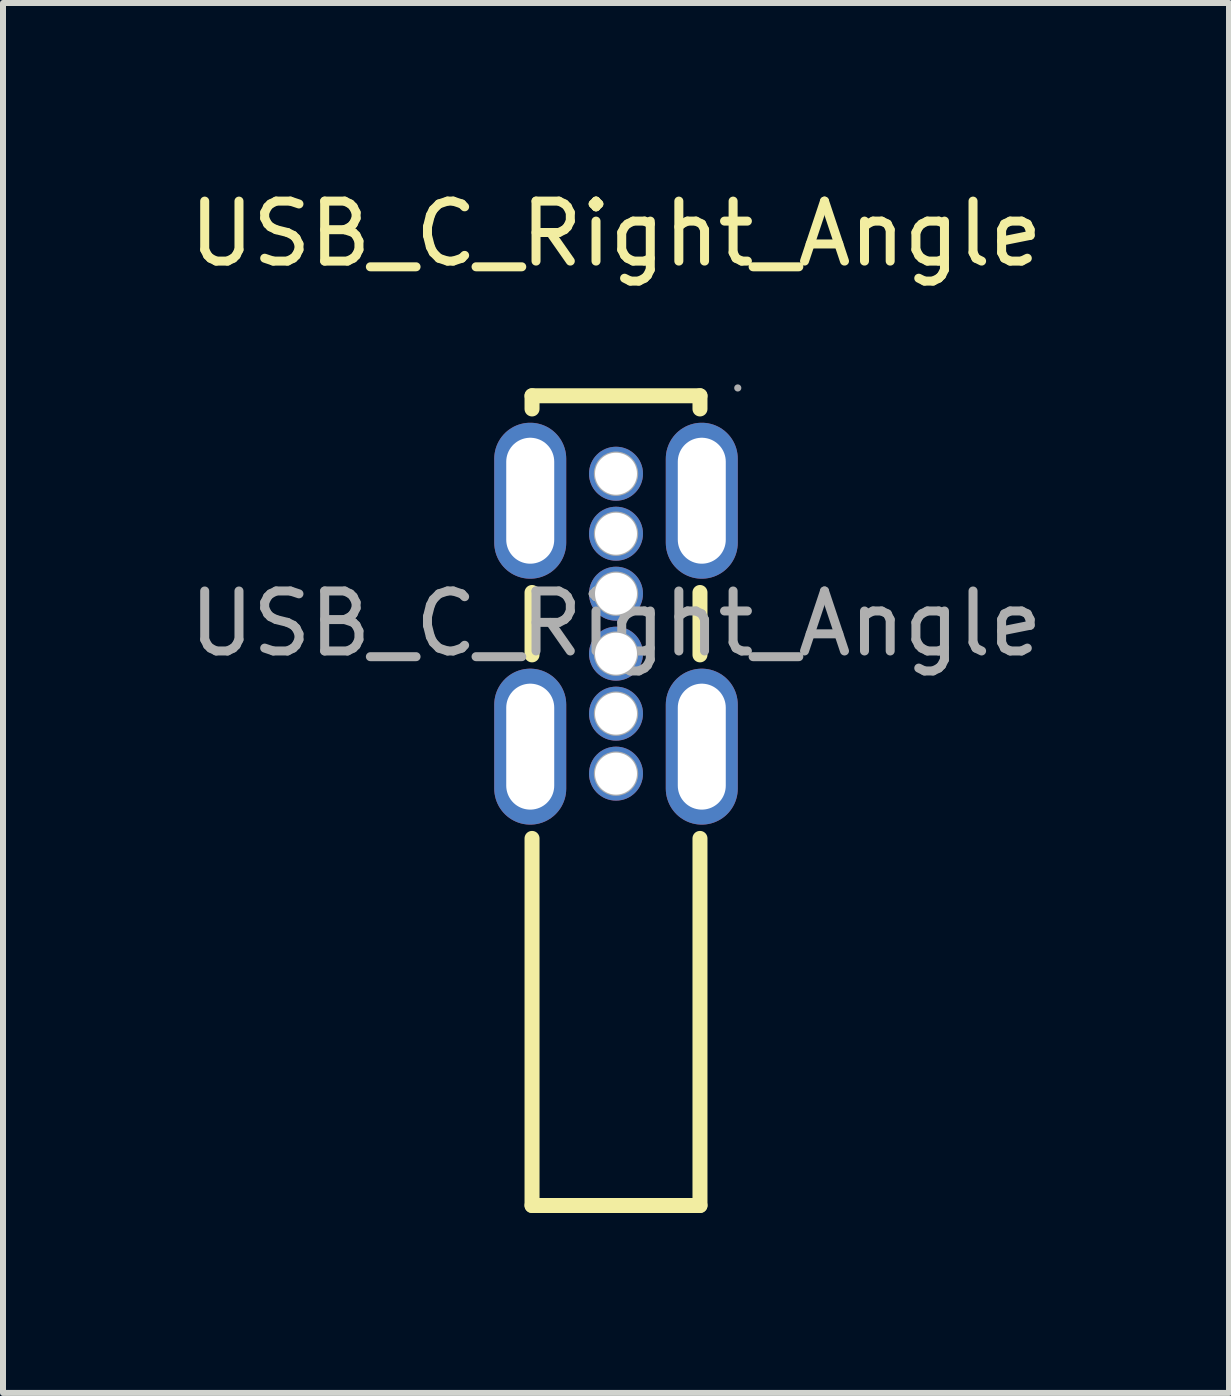
<source format=kicad_pcb>
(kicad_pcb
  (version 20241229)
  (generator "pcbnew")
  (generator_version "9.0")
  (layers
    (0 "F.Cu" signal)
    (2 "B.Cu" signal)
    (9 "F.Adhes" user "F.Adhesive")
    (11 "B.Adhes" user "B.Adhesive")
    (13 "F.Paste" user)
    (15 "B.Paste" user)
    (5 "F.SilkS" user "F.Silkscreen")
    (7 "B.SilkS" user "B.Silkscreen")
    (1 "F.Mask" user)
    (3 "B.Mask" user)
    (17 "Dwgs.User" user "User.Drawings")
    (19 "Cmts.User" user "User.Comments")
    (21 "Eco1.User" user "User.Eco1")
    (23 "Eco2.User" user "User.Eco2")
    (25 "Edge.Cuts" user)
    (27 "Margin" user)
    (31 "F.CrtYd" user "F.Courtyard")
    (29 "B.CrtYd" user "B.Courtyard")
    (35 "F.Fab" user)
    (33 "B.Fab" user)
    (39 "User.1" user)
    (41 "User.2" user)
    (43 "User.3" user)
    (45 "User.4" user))
  (footprint "USB_C_Right_Angle"
    (layer "F.Cu")
    (at 7.22 7.348)
    (property "Reference" "USB_C_Right_Angle" (at 0 -6.5 0) (layer "F.SilkS") (effects (font (size 1 1) (thickness 0.15))))
    (attr smd)
    (fp_line (start -1.4 -3.8) (end -1.4 -3.58) (stroke (width 0.25) (type solid)) (layer "F.SilkS"))
    (fp_line (start -1.4 -3.8) (end 1.4 -3.8) (stroke (width 0.25) (type solid)) (layer "F.SilkS"))
    (fp_line (start -1.4 -0.52) (end -1.4 0.52) (stroke (width 0.25) (type solid)) (layer "F.SilkS"))
    (fp_line (start -1.4 3.58) (end -1.4 9.7) (stroke (width 0.25) (type solid)) (layer "F.SilkS"))
    (fp_line (start -1.4 9.7) (end 1.4 9.7) (stroke (width 0.25) (type solid)) (layer "F.SilkS"))
    (fp_line (start 1.4 -3.8) (end 1.4 -3.58) (stroke (width 0.25) (type solid)) (layer "F.SilkS"))
    (fp_line (start 1.4 -0.52) (end 1.4 0.52) (stroke (width 0.25) (type solid)) (layer "F.SilkS"))
    (fp_line (start 1.4 3.58) (end 1.4 9.7) (stroke (width 0.25) (type solid)) (layer "F.SilkS"))
    (fp_circle (center 0 -2.5) (end 0.12 -2.5) (stroke (width 0.25) (type solid)) (fill no) (layer "F.Fab"))
    (fp_circle (center 0 -1.5) (end 0.12 -1.5) (stroke (width 0.25) (type solid)) (fill no) (layer "F.Fab"))
    (fp_circle (center 0 -0.5) (end 0.12 -0.5) (stroke (width 0.25) (type solid)) (fill no) (layer "F.Fab"))
    (fp_circle (center 0 0.5) (end 0.12 0.5) (stroke (width 0.25) (type solid)) (fill no) (layer "F.Fab"))
    (fp_circle (center 0 1.5) (end 0.12 1.5) (stroke (width 0.25) (type solid)) (fill no) (layer "F.Fab"))
    (fp_circle (center 0 2.5) (end 0.12 2.5) (stroke (width 0.25) (type solid)) (fill no) (layer "F.Fab"))
    (fp_circle (center 2.03 -3.93) (end 2.06 -3.93) (stroke (width 0.06) (type solid)) (fill no) (layer "F.Fab"))
    (fp_text user "${REFERENCE}" (at 0 0 0) (layer "F.Fab") (effects (font (size 1 1) (thickness 0.15))))
    (pad "7" thru_hole oval (at -1.43 -2.05) (size 1.2 2.6) (drill oval 0.8 2.1) (layers "*.Cu" "*.Paste" "*.Mask"))
    (pad "7" thru_hole oval (at -1.43 2.05) (size 1.2 2.6) (drill oval 0.8 2.1) (layers "*.Cu" "*.Paste" "*.Mask"))
    (pad "7" thru_hole oval (at 1.43 -2.05) (size 1.2 2.6) (drill oval 0.8 2.1) (layers "*.Cu" "*.Paste" "*.Mask"))
    (pad "7" thru_hole oval (at 1.43 2.05) (size 1.2 2.6) (drill oval 0.8 2.1) (layers "*.Cu" "*.Paste" "*.Mask"))
    (pad "A5" thru_hole circle (at 0 0.5) (size 0.9 0.9) (drill 0.7) (layers "*.Cu" "*.Paste" "*.Mask"))
    (pad "A9" thru_hole circle (at 0 -1.5) (size 0.9 0.9) (drill 0.7) (layers "*.Cu" "*.Paste" "*.Mask"))
    (pad "A12" thru_hole circle (at 0 -2.5) (size 0.9 0.9) (drill 0.7) (layers "*.Cu" "*.Paste" "*.Mask"))
    (pad "B5" thru_hole circle (at 0 -0.5) (size 0.9 0.9) (drill 0.7) (layers "*.Cu" "*.Paste" "*.Mask"))
    (pad "B9" thru_hole circle (at 0 1.5) (size 0.9 0.9) (drill 0.7) (layers "*.Cu" "*.Paste" "*.Mask"))
    (pad "B12" thru_hole circle (at 0 2.5) (size 0.9 0.9) (drill 0.7) (layers "*.Cu" "*.Paste" "*.Mask")))
  (gr_rect
    (start -3 -3)
    (end 17.44 20.173)
    (stroke (width 0.1) (type default))
    (fill no)
    (layer "Edge.Cuts")))
</source>
